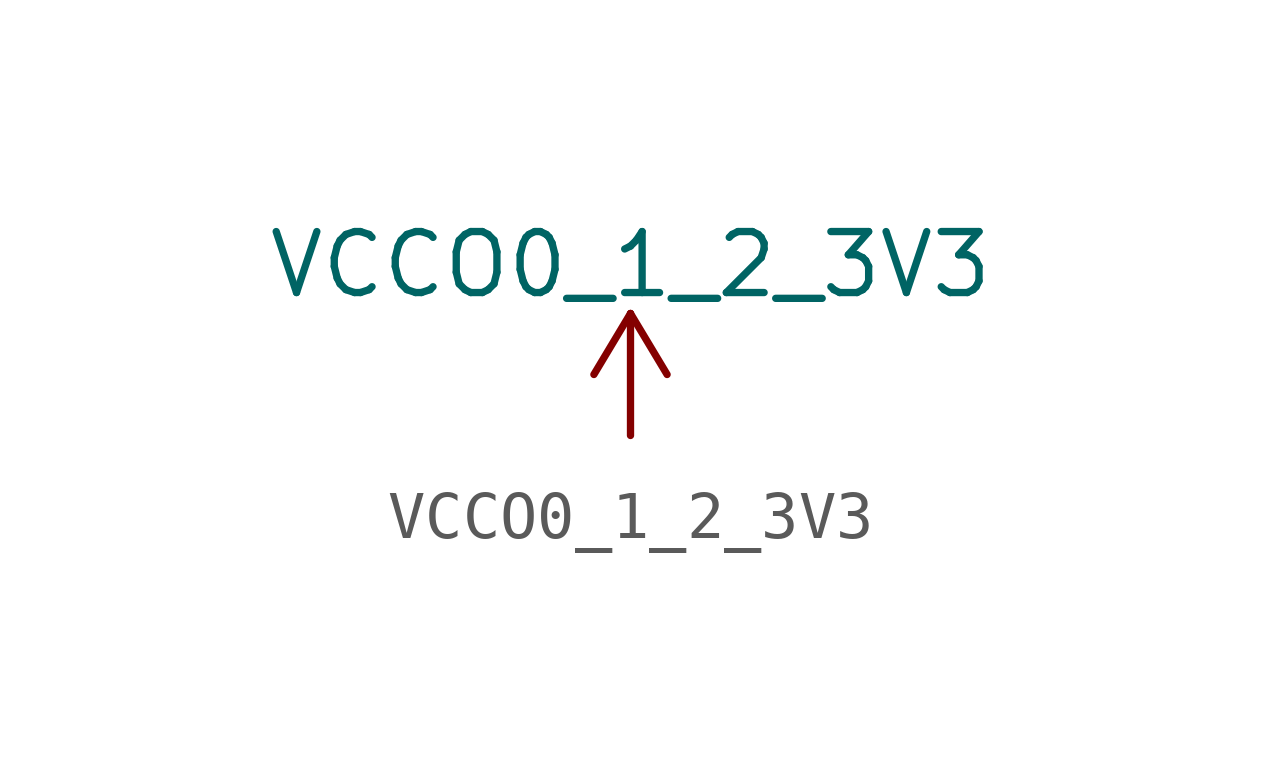
<source format=kicad_sym>
(kicad_symbol_lib
  (version 20211014)
  (generator kicad_symbol_editor)
  (symbol "VCCO0_1_2_3V3"
    (power)
    (pin_names
      (offset 0))
    (property "Reference" "#PWR"
      (at 0 -3.81 0)
      (effects (font (size 1.27 1.27)) hide))
    (property "Value" "VCCO0_1_2_3V3"
      (at 0 3.556 0)
      (effects (font (size 1.27 1.27))))
    (symbol "VCCO0_1_2_3V3_0_1"
      (polyline (pts (xy -0.762 1.27) (xy 0 2.54)) (stroke (width 0) (type default) (color 0 0 0 0)) (fill (type none)))
      (polyline (pts (xy 0 0) (xy 0 2.54)) (stroke (width 0) (type default) (color 0 0 0 0)) (fill (type none)))
      (polyline (pts (xy 0 2.54) (xy 0.762 1.27)) (stroke (width 0) (type default) (color 0 0 0 0)) (fill (type none))))
    (symbol "VCCO0_1_2_3V3_1_1"
      (pin power_in line (at 0 0 90) (length 0) hide (name "VCCO0_1_2_3V3" (effects (font (size 1.27 1.27)))) (number "1" (effects (font (size 1.27 1.27))))))))
</source>
